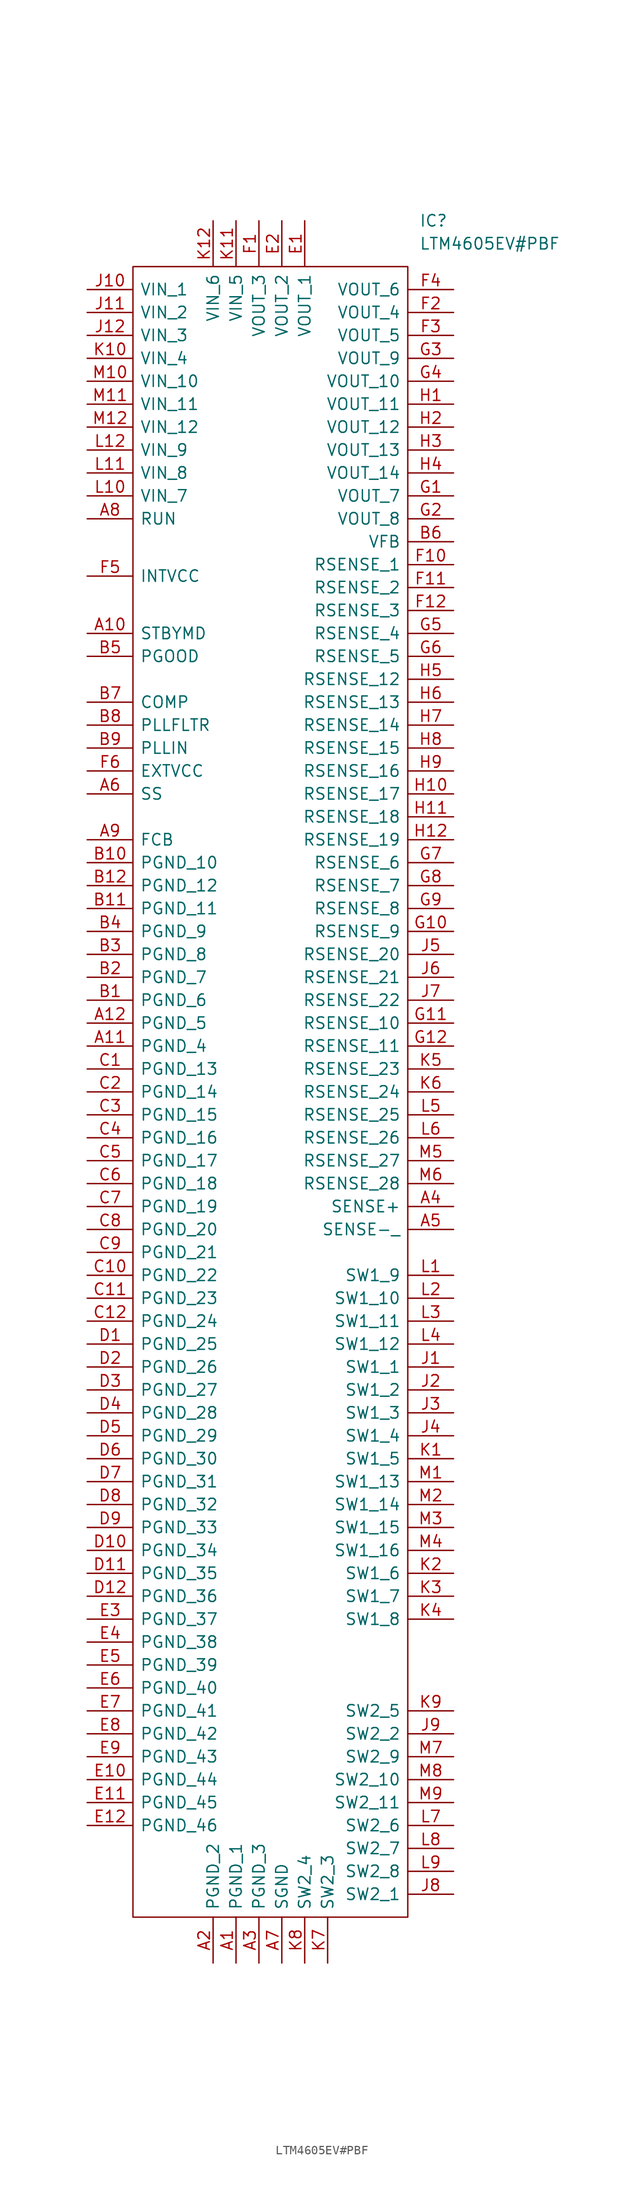
<source format=kicad_sym>
(kicad_symbol_lib
  (version 20211014)
  (generator kicad_symbol_editor)
  (symbol "LTM4605EV#PBF"
    (pin_names
      (offset 0.762))
    (property "Reference" "IC"
      (at 36.83 7.62 0)
      (effects (font (size 1.27 1.27)) (justify left)))
    (property "Value" "LTM4605EV#PBF"
      (at 36.83 5.08 0)
      (effects (font (size 1.27 1.27)) (justify left)))
    (symbol "LTM4605EV#PBF_0_0"
      (pin passive line (at 16.51 -185.42 90) (length 5.08) (name "PGND_1" (effects (font (size 1.27 1.27)))) (number "A1" (effects (font (size 1.27 1.27)))))
      (pin passive line (at 0 -38.1 0) (length 5.08) (name "STBYMD" (effects (font (size 1.27 1.27)))) (number "A10" (effects (font (size 1.27 1.27)))))
      (pin passive line (at 0 -83.82 0) (length 5.08) (name "PGND_4" (effects (font (size 1.27 1.27)))) (number "A11" (effects (font (size 1.27 1.27)))))
      (pin passive line (at 0 -81.28 0) (length 5.08) (name "PGND_5" (effects (font (size 1.27 1.27)))) (number "A12" (effects (font (size 1.27 1.27)))))
      (pin passive line (at 13.97 -185.42 90) (length 5.08) (name "PGND_2" (effects (font (size 1.27 1.27)))) (number "A2" (effects (font (size 1.27 1.27)))))
      (pin passive line (at 19.05 -185.42 90) (length 5.08) (name "PGND_3" (effects (font (size 1.27 1.27)))) (number "A3" (effects (font (size 1.27 1.27)))))
      (pin passive line (at 40.64 -101.6 180) (length 5.08) (name "SENSE+" (effects (font (size 1.27 1.27)))) (number "A4" (effects (font (size 1.27 1.27)))))
      (pin passive line (at 40.64 -104.14 180) (length 5.08) (name "SENSE-_" (effects (font (size 1.27 1.27)))) (number "A5" (effects (font (size 1.27 1.27)))))
      (pin passive line (at 0 -55.88 0) (length 5.08) (name "SS" (effects (font (size 1.27 1.27)))) (number "A6" (effects (font (size 1.27 1.27)))))
      (pin passive line (at 21.59 -185.42 90) (length 5.08) (name "SGND" (effects (font (size 1.27 1.27)))) (number "A7" (effects (font (size 1.27 1.27)))))
      (pin passive line (at 0 -25.4 0) (length 5.08) (name "RUN" (effects (font (size 1.27 1.27)))) (number "A8" (effects (font (size 1.27 1.27)))))
      (pin passive line (at 0 -60.96 0) (length 5.08) (name "FCB" (effects (font (size 1.27 1.27)))) (number "A9" (effects (font (size 1.27 1.27)))))
      (pin passive line (at 0 -78.74 0) (length 5.08) (name "PGND_6" (effects (font (size 1.27 1.27)))) (number "B1" (effects (font (size 1.27 1.27)))))
      (pin passive line (at 0 -63.5 0) (length 5.08) (name "PGND_10" (effects (font (size 1.27 1.27)))) (number "B10" (effects (font (size 1.27 1.27)))))
      (pin passive line (at 0 -68.58 0) (length 5.08) (name "PGND_11" (effects (font (size 1.27 1.27)))) (number "B11" (effects (font (size 1.27 1.27)))))
      (pin passive line (at 0 -66.04 0) (length 5.08) (name "PGND_12" (effects (font (size 1.27 1.27)))) (number "B12" (effects (font (size 1.27 1.27)))))
      (pin passive line (at 0 -76.2 0) (length 5.08) (name "PGND_7" (effects (font (size 1.27 1.27)))) (number "B2" (effects (font (size 1.27 1.27)))))
      (pin passive line (at 0 -73.66 0) (length 5.08) (name "PGND_8" (effects (font (size 1.27 1.27)))) (number "B3" (effects (font (size 1.27 1.27)))))
      (pin passive line (at 0 -71.12 0) (length 5.08) (name "PGND_9" (effects (font (size 1.27 1.27)))) (number "B4" (effects (font (size 1.27 1.27)))))
      (pin passive line (at 0 -40.64 0) (length 5.08) (name "PGOOD" (effects (font (size 1.27 1.27)))) (number "B5" (effects (font (size 1.27 1.27)))))
      (pin passive line (at 40.64 -27.94 180) (length 5.08) (name "VFB" (effects (font (size 1.27 1.27)))) (number "B6" (effects (font (size 1.27 1.27)))))
      (pin passive line (at 0 -45.72 0) (length 5.08) (name "COMP" (effects (font (size 1.27 1.27)))) (number "B7" (effects (font (size 1.27 1.27)))))
      (pin passive line (at 0 -48.26 0) (length 5.08) (name "PLLFLTR" (effects (font (size 1.27 1.27)))) (number "B8" (effects (font (size 1.27 1.27)))))
      (pin passive line (at 0 -50.8 0) (length 5.08) (name "PLLIN" (effects (font (size 1.27 1.27)))) (number "B9" (effects (font (size 1.27 1.27)))))
      (pin passive line (at 0 -86.36 0) (length 5.08) (name "PGND_13" (effects (font (size 1.27 1.27)))) (number "C1" (effects (font (size 1.27 1.27)))))
      (pin passive line (at 0 -109.22 0) (length 5.08) (name "PGND_22" (effects (font (size 1.27 1.27)))) (number "C10" (effects (font (size 1.27 1.27)))))
      (pin passive line (at 0 -111.76 0) (length 5.08) (name "PGND_23" (effects (font (size 1.27 1.27)))) (number "C11" (effects (font (size 1.27 1.27)))))
      (pin passive line (at 0 -114.3 0) (length 5.08) (name "PGND_24" (effects (font (size 1.27 1.27)))) (number "C12" (effects (font (size 1.27 1.27)))))
      (pin passive line (at 0 -88.9 0) (length 5.08) (name "PGND_14" (effects (font (size 1.27 1.27)))) (number "C2" (effects (font (size 1.27 1.27)))))
      (pin passive line (at 0 -91.44 0) (length 5.08) (name "PGND_15" (effects (font (size 1.27 1.27)))) (number "C3" (effects (font (size 1.27 1.27)))))
      (pin passive line (at 0 -93.98 0) (length 5.08) (name "PGND_16" (effects (font (size 1.27 1.27)))) (number "C4" (effects (font (size 1.27 1.27)))))
      (pin passive line (at 0 -96.52 0) (length 5.08) (name "PGND_17" (effects (font (size 1.27 1.27)))) (number "C5" (effects (font (size 1.27 1.27)))))
      (pin passive line (at 0 -99.06 0) (length 5.08) (name "PGND_18" (effects (font (size 1.27 1.27)))) (number "C6" (effects (font (size 1.27 1.27)))))
      (pin passive line (at 0 -101.6 0) (length 5.08) (name "PGND_19" (effects (font (size 1.27 1.27)))) (number "C7" (effects (font (size 1.27 1.27)))))
      (pin passive line (at 0 -104.14 0) (length 5.08) (name "PGND_20" (effects (font (size 1.27 1.27)))) (number "C8" (effects (font (size 1.27 1.27)))))
      (pin passive line (at 0 -106.68 0) (length 5.08) (name "PGND_21" (effects (font (size 1.27 1.27)))) (number "C9" (effects (font (size 1.27 1.27)))))
      (pin passive line (at 0 -116.84 0) (length 5.08) (name "PGND_25" (effects (font (size 1.27 1.27)))) (number "D1" (effects (font (size 1.27 1.27)))))
      (pin passive line (at 0 -139.7 0) (length 5.08) (name "PGND_34" (effects (font (size 1.27 1.27)))) (number "D10" (effects (font (size 1.27 1.27)))))
      (pin passive line (at 0 -142.24 0) (length 5.08) (name "PGND_35" (effects (font (size 1.27 1.27)))) (number "D11" (effects (font (size 1.27 1.27)))))
      (pin passive line (at 0 -144.78 0) (length 5.08) (name "PGND_36" (effects (font (size 1.27 1.27)))) (number "D12" (effects (font (size 1.27 1.27)))))
      (pin passive line (at 0 -119.38 0) (length 5.08) (name "PGND_26" (effects (font (size 1.27 1.27)))) (number "D2" (effects (font (size 1.27 1.27)))))
      (pin passive line (at 0 -121.92 0) (length 5.08) (name "PGND_27" (effects (font (size 1.27 1.27)))) (number "D3" (effects (font (size 1.27 1.27)))))
      (pin passive line (at 0 -124.46 0) (length 5.08) (name "PGND_28" (effects (font (size 1.27 1.27)))) (number "D4" (effects (font (size 1.27 1.27)))))
      (pin passive line (at 0 -127 0) (length 5.08) (name "PGND_29" (effects (font (size 1.27 1.27)))) (number "D5" (effects (font (size 1.27 1.27)))))
      (pin passive line (at 0 -129.54 0) (length 5.08) (name "PGND_30" (effects (font (size 1.27 1.27)))) (number "D6" (effects (font (size 1.27 1.27)))))
      (pin passive line (at 0 -132.08 0) (length 5.08) (name "PGND_31" (effects (font (size 1.27 1.27)))) (number "D7" (effects (font (size 1.27 1.27)))))
      (pin passive line (at 0 -134.62 0) (length 5.08) (name "PGND_32" (effects (font (size 1.27 1.27)))) (number "D8" (effects (font (size 1.27 1.27)))))
      (pin passive line (at 0 -137.16 0) (length 5.08) (name "PGND_33" (effects (font (size 1.27 1.27)))) (number "D9" (effects (font (size 1.27 1.27)))))
      (pin passive line (at 24.13 7.62 270) (length 5.08) (name "VOUT_1" (effects (font (size 1.27 1.27)))) (number "E1" (effects (font (size 1.27 1.27)))))
      (pin passive line (at 0 -165.1 0) (length 5.08) (name "PGND_44" (effects (font (size 1.27 1.27)))) (number "E10" (effects (font (size 1.27 1.27)))))
      (pin passive line (at 0 -167.64 0) (length 5.08) (name "PGND_45" (effects (font (size 1.27 1.27)))) (number "E11" (effects (font (size 1.27 1.27)))))
      (pin passive line (at 0 -170.18 0) (length 5.08) (name "PGND_46" (effects (font (size 1.27 1.27)))) (number "E12" (effects (font (size 1.27 1.27)))))
      (pin passive line (at 21.59 7.62 270) (length 5.08) (name "VOUT_2" (effects (font (size 1.27 1.27)))) (number "E2" (effects (font (size 1.27 1.27)))))
      (pin passive line (at 0 -147.32 0) (length 5.08) (name "PGND_37" (effects (font (size 1.27 1.27)))) (number "E3" (effects (font (size 1.27 1.27)))))
      (pin passive line (at 0 -149.86 0) (length 5.08) (name "PGND_38" (effects (font (size 1.27 1.27)))) (number "E4" (effects (font (size 1.27 1.27)))))
      (pin passive line (at 0 -152.4 0) (length 5.08) (name "PGND_39" (effects (font (size 1.27 1.27)))) (number "E5" (effects (font (size 1.27 1.27)))))
      (pin passive line (at 0 -154.94 0) (length 5.08) (name "PGND_40" (effects (font (size 1.27 1.27)))) (number "E6" (effects (font (size 1.27 1.27)))))
      (pin passive line (at 0 -157.48 0) (length 5.08) (name "PGND_41" (effects (font (size 1.27 1.27)))) (number "E7" (effects (font (size 1.27 1.27)))))
      (pin passive line (at 0 -160.02 0) (length 5.08) (name "PGND_42" (effects (font (size 1.27 1.27)))) (number "E8" (effects (font (size 1.27 1.27)))))
      (pin passive line (at 0 -162.56 0) (length 5.08) (name "PGND_43" (effects (font (size 1.27 1.27)))) (number "E9" (effects (font (size 1.27 1.27)))))
      (pin passive line (at 19.05 7.62 270) (length 5.08) (name "VOUT_3" (effects (font (size 1.27 1.27)))) (number "F1" (effects (font (size 1.27 1.27)))))
      (pin passive line (at 40.64 -30.48 180) (length 5.08) (name "RSENSE_1" (effects (font (size 1.27 1.27)))) (number "F10" (effects (font (size 1.27 1.27)))))
      (pin passive line (at 40.64 -33.02 180) (length 5.08) (name "RSENSE_2" (effects (font (size 1.27 1.27)))) (number "F11" (effects (font (size 1.27 1.27)))))
      (pin passive line (at 40.64 -35.56 180) (length 5.08) (name "RSENSE_3" (effects (font (size 1.27 1.27)))) (number "F12" (effects (font (size 1.27 1.27)))))
      (pin passive line (at 40.64 -2.54 180) (length 5.08) (name "VOUT_4" (effects (font (size 1.27 1.27)))) (number "F2" (effects (font (size 1.27 1.27)))))
      (pin passive line (at 40.64 -5.08 180) (length 5.08) (name "VOUT_5" (effects (font (size 1.27 1.27)))) (number "F3" (effects (font (size 1.27 1.27)))))
      (pin passive line (at 40.64 0 180) (length 5.08) (name "VOUT_6" (effects (font (size 1.27 1.27)))) (number "F4" (effects (font (size 1.27 1.27)))))
      (pin passive line (at 0 -31.75 0) (length 5.08) (name "INTVCC" (effects (font (size 1.27 1.27)))) (number "F5" (effects (font (size 1.27 1.27)))))
      (pin passive line (at 0 -53.34 0) (length 5.08) (name "EXTVCC" (effects (font (size 1.27 1.27)))) (number "F6" (effects (font (size 1.27 1.27)))))
      (pin passive line (at 40.64 -22.86 180) (length 5.08) (name "VOUT_7" (effects (font (size 1.27 1.27)))) (number "G1" (effects (font (size 1.27 1.27)))))
      (pin passive line (at 40.64 -71.12 180) (length 5.08) (name "RSENSE_9" (effects (font (size 1.27 1.27)))) (number "G10" (effects (font (size 1.27 1.27)))))
      (pin passive line (at 40.64 -81.28 180) (length 5.08) (name "RSENSE_10" (effects (font (size 1.27 1.27)))) (number "G11" (effects (font (size 1.27 1.27)))))
      (pin passive line (at 40.64 -83.82 180) (length 5.08) (name "RSENSE_11" (effects (font (size 1.27 1.27)))) (number "G12" (effects (font (size 1.27 1.27)))))
      (pin passive line (at 40.64 -25.4 180) (length 5.08) (name "VOUT_8" (effects (font (size 1.27 1.27)))) (number "G2" (effects (font (size 1.27 1.27)))))
      (pin passive line (at 40.64 -7.62 180) (length 5.08) (name "VOUT_9" (effects (font (size 1.27 1.27)))) (number "G3" (effects (font (size 1.27 1.27)))))
      (pin passive line (at 40.64 -10.16 180) (length 5.08) (name "VOUT_10" (effects (font (size 1.27 1.27)))) (number "G4" (effects (font (size 1.27 1.27)))))
      (pin passive line (at 40.64 -38.1 180) (length 5.08) (name "RSENSE_4" (effects (font (size 1.27 1.27)))) (number "G5" (effects (font (size 1.27 1.27)))))
      (pin passive line (at 40.64 -40.64 180) (length 5.08) (name "RSENSE_5" (effects (font (size 1.27 1.27)))) (number "G6" (effects (font (size 1.27 1.27)))))
      (pin passive line (at 40.64 -63.5 180) (length 5.08) (name "RSENSE_6" (effects (font (size 1.27 1.27)))) (number "G7" (effects (font (size 1.27 1.27)))))
      (pin passive line (at 40.64 -66.04 180) (length 5.08) (name "RSENSE_7" (effects (font (size 1.27 1.27)))) (number "G8" (effects (font (size 1.27 1.27)))))
      (pin passive line (at 40.64 -68.58 180) (length 5.08) (name "RSENSE_8" (effects (font (size 1.27 1.27)))) (number "G9" (effects (font (size 1.27 1.27)))))
      (pin passive line (at 40.64 -12.7 180) (length 5.08) (name "VOUT_11" (effects (font (size 1.27 1.27)))) (number "H1" (effects (font (size 1.27 1.27)))))
      (pin passive line (at 40.64 -55.88 180) (length 5.08) (name "RSENSE_17" (effects (font (size 1.27 1.27)))) (number "H10" (effects (font (size 1.27 1.27)))))
      (pin passive line (at 40.64 -58.42 180) (length 5.08) (name "RSENSE_18" (effects (font (size 1.27 1.27)))) (number "H11" (effects (font (size 1.27 1.27)))))
      (pin passive line (at 40.64 -60.96 180) (length 5.08) (name "RSENSE_19" (effects (font (size 1.27 1.27)))) (number "H12" (effects (font (size 1.27 1.27)))))
      (pin passive line (at 40.64 -15.24 180) (length 5.08) (name "VOUT_12" (effects (font (size 1.27 1.27)))) (number "H2" (effects (font (size 1.27 1.27)))))
      (pin passive line (at 40.64 -17.78 180) (length 5.08) (name "VOUT_13" (effects (font (size 1.27 1.27)))) (number "H3" (effects (font (size 1.27 1.27)))))
      (pin passive line (at 40.64 -20.32 180) (length 5.08) (name "VOUT_14" (effects (font (size 1.27 1.27)))) (number "H4" (effects (font (size 1.27 1.27)))))
      (pin passive line (at 40.64 -43.18 180) (length 5.08) (name "RSENSE_12" (effects (font (size 1.27 1.27)))) (number "H5" (effects (font (size 1.27 1.27)))))
      (pin passive line (at 40.64 -45.72 180) (length 5.08) (name "RSENSE_13" (effects (font (size 1.27 1.27)))) (number "H6" (effects (font (size 1.27 1.27)))))
      (pin passive line (at 40.64 -48.26 180) (length 5.08) (name "RSENSE_14" (effects (font (size 1.27 1.27)))) (number "H7" (effects (font (size 1.27 1.27)))))
      (pin passive line (at 40.64 -50.8 180) (length 5.08) (name "RSENSE_15" (effects (font (size 1.27 1.27)))) (number "H8" (effects (font (size 1.27 1.27)))))
      (pin passive line (at 40.64 -53.34 180) (length 5.08) (name "RSENSE_16" (effects (font (size 1.27 1.27)))) (number "H9" (effects (font (size 1.27 1.27)))))
      (pin passive line (at 40.64 -119.38 180) (length 5.08) (name "SW1_1" (effects (font (size 1.27 1.27)))) (number "J1" (effects (font (size 1.27 1.27)))))
      (pin passive line (at 0 0 0) (length 5.08) (name "VIN_1" (effects (font (size 1.27 1.27)))) (number "J10" (effects (font (size 1.27 1.27)))))
      (pin passive line (at 0 -2.54 0) (length 5.08) (name "VIN_2" (effects (font (size 1.27 1.27)))) (number "J11" (effects (font (size 1.27 1.27)))))
      (pin passive line (at 0 -5.08 0) (length 5.08) (name "VIN_3" (effects (font (size 1.27 1.27)))) (number "J12" (effects (font (size 1.27 1.27)))))
      (pin passive line (at 40.64 -121.92 180) (length 5.08) (name "SW1_2" (effects (font (size 1.27 1.27)))) (number "J2" (effects (font (size 1.27 1.27)))))
      (pin passive line (at 40.64 -124.46 180) (length 5.08) (name "SW1_3" (effects (font (size 1.27 1.27)))) (number "J3" (effects (font (size 1.27 1.27)))))
      (pin passive line (at 40.64 -127 180) (length 5.08) (name "SW1_4" (effects (font (size 1.27 1.27)))) (number "J4" (effects (font (size 1.27 1.27)))))
      (pin passive line (at 40.64 -73.66 180) (length 5.08) (name "RSENSE_20" (effects (font (size 1.27 1.27)))) (number "J5" (effects (font (size 1.27 1.27)))))
      (pin passive line (at 40.64 -76.2 180) (length 5.08) (name "RSENSE_21" (effects (font (size 1.27 1.27)))) (number "J6" (effects (font (size 1.27 1.27)))))
      (pin passive line (at 40.64 -78.74 180) (length 5.08) (name "RSENSE_22" (effects (font (size 1.27 1.27)))) (number "J7" (effects (font (size 1.27 1.27)))))
      (pin passive line (at 40.64 -177.8 180) (length 5.08) (name "SW2_1" (effects (font (size 1.27 1.27)))) (number "J8" (effects (font (size 1.27 1.27)))))
      (pin passive line (at 40.64 -160.02 180) (length 5.08) (name "SW2_2" (effects (font (size 1.27 1.27)))) (number "J9" (effects (font (size 1.27 1.27)))))
      (pin passive line (at 40.64 -129.54 180) (length 5.08) (name "SW1_5" (effects (font (size 1.27 1.27)))) (number "K1" (effects (font (size 1.27 1.27)))))
      (pin passive line (at 0 -7.62 0) (length 5.08) (name "VIN_4" (effects (font (size 1.27 1.27)))) (number "K10" (effects (font (size 1.27 1.27)))))
      (pin passive line (at 16.51 7.62 270) (length 5.08) (name "VIN_5" (effects (font (size 1.27 1.27)))) (number "K11" (effects (font (size 1.27 1.27)))))
      (pin passive line (at 13.97 7.62 270) (length 5.08) (name "VIN_6" (effects (font (size 1.27 1.27)))) (number "K12" (effects (font (size 1.27 1.27)))))
      (pin passive line (at 40.64 -142.24 180) (length 5.08) (name "SW1_6" (effects (font (size 1.27 1.27)))) (number "K2" (effects (font (size 1.27 1.27)))))
      (pin passive line (at 40.64 -144.78 180) (length 5.08) (name "SW1_7" (effects (font (size 1.27 1.27)))) (number "K3" (effects (font (size 1.27 1.27)))))
      (pin passive line (at 40.64 -147.32 180) (length 5.08) (name "SW1_8" (effects (font (size 1.27 1.27)))) (number "K4" (effects (font (size 1.27 1.27)))))
      (pin passive line (at 40.64 -86.36 180) (length 5.08) (name "RSENSE_23" (effects (font (size 1.27 1.27)))) (number "K5" (effects (font (size 1.27 1.27)))))
      (pin passive line (at 40.64 -88.9 180) (length 5.08) (name "RSENSE_24" (effects (font (size 1.27 1.27)))) (number "K6" (effects (font (size 1.27 1.27)))))
      (pin passive line (at 26.67 -185.42 90) (length 5.08) (name "SW2_3" (effects (font (size 1.27 1.27)))) (number "K7" (effects (font (size 1.27 1.27)))))
      (pin passive line (at 24.13 -185.42 90) (length 5.08) (name "SW2_4" (effects (font (size 1.27 1.27)))) (number "K8" (effects (font (size 1.27 1.27)))))
      (pin passive line (at 40.64 -157.48 180) (length 5.08) (name "SW2_5" (effects (font (size 1.27 1.27)))) (number "K9" (effects (font (size 1.27 1.27)))))
      (pin passive line (at 40.64 -109.22 180) (length 5.08) (name "SW1_9" (effects (font (size 1.27 1.27)))) (number "L1" (effects (font (size 1.27 1.27)))))
      (pin passive line (at 0 -22.86 0) (length 5.08) (name "VIN_7" (effects (font (size 1.27 1.27)))) (number "L10" (effects (font (size 1.27 1.27)))))
      (pin passive line (at 0 -20.32 0) (length 5.08) (name "VIN_8" (effects (font (size 1.27 1.27)))) (number "L11" (effects (font (size 1.27 1.27)))))
      (pin passive line (at 0 -17.78 0) (length 5.08) (name "VIN_9" (effects (font (size 1.27 1.27)))) (number "L12" (effects (font (size 1.27 1.27)))))
      (pin passive line (at 40.64 -111.76 180) (length 5.08) (name "SW1_10" (effects (font (size 1.27 1.27)))) (number "L2" (effects (font (size 1.27 1.27)))))
      (pin passive line (at 40.64 -114.3 180) (length 5.08) (name "SW1_11" (effects (font (size 1.27 1.27)))) (number "L3" (effects (font (size 1.27 1.27)))))
      (pin passive line (at 40.64 -116.84 180) (length 5.08) (name "SW1_12" (effects (font (size 1.27 1.27)))) (number "L4" (effects (font (size 1.27 1.27)))))
      (pin passive line (at 40.64 -91.44 180) (length 5.08) (name "RSENSE_25" (effects (font (size 1.27 1.27)))) (number "L5" (effects (font (size 1.27 1.27)))))
      (pin passive line (at 40.64 -93.98 180) (length 5.08) (name "RSENSE_26" (effects (font (size 1.27 1.27)))) (number "L6" (effects (font (size 1.27 1.27)))))
      (pin passive line (at 40.64 -170.18 180) (length 5.08) (name "SW2_6" (effects (font (size 1.27 1.27)))) (number "L7" (effects (font (size 1.27 1.27)))))
      (pin passive line (at 40.64 -172.72 180) (length 5.08) (name "SW2_7" (effects (font (size 1.27 1.27)))) (number "L8" (effects (font (size 1.27 1.27)))))
      (pin passive line (at 40.64 -175.26 180) (length 5.08) (name "SW2_8" (effects (font (size 1.27 1.27)))) (number "L9" (effects (font (size 1.27 1.27)))))
      (pin passive line (at 40.64 -132.08 180) (length 5.08) (name "SW1_13" (effects (font (size 1.27 1.27)))) (number "M1" (effects (font (size 1.27 1.27)))))
      (pin passive line (at 0 -10.16 0) (length 5.08) (name "VIN_10" (effects (font (size 1.27 1.27)))) (number "M10" (effects (font (size 1.27 1.27)))))
      (pin passive line (at 0 -12.7 0) (length 5.08) (name "VIN_11" (effects (font (size 1.27 1.27)))) (number "M11" (effects (font (size 1.27 1.27)))))
      (pin passive line (at 0 -15.24 0) (length 5.08) (name "VIN_12" (effects (font (size 1.27 1.27)))) (number "M12" (effects (font (size 1.27 1.27)))))
      (pin passive line (at 40.64 -134.62 180) (length 5.08) (name "SW1_14" (effects (font (size 1.27 1.27)))) (number "M2" (effects (font (size 1.27 1.27)))))
      (pin passive line (at 40.64 -137.16 180) (length 5.08) (name "SW1_15" (effects (font (size 1.27 1.27)))) (number "M3" (effects (font (size 1.27 1.27)))))
      (pin passive line (at 40.64 -139.7 180) (length 5.08) (name "SW1_16" (effects (font (size 1.27 1.27)))) (number "M4" (effects (font (size 1.27 1.27)))))
      (pin passive line (at 40.64 -96.52 180) (length 5.08) (name "RSENSE_27" (effects (font (size 1.27 1.27)))) (number "M5" (effects (font (size 1.27 1.27)))))
      (pin passive line (at 40.64 -99.06 180) (length 5.08) (name "RSENSE_28" (effects (font (size 1.27 1.27)))) (number "M6" (effects (font (size 1.27 1.27)))))
      (pin passive line (at 40.64 -162.56 180) (length 5.08) (name "SW2_9" (effects (font (size 1.27 1.27)))) (number "M7" (effects (font (size 1.27 1.27)))))
      (pin passive line (at 40.64 -165.1 180) (length 5.08) (name "SW2_10" (effects (font (size 1.27 1.27)))) (number "M8" (effects (font (size 1.27 1.27)))))
      (pin passive line (at 40.64 -167.64 180) (length 5.08) (name "SW2_11" (effects (font (size 1.27 1.27)))) (number "M9" (effects (font (size 1.27 1.27))))))
    (symbol "LTM4605EV#PBF_0_1"
      (polyline (pts (xy 5.08 2.54) (xy 35.56 2.54) (xy 35.56 -180.34) (xy 5.08 -180.34) (xy 5.08 2.54)) (stroke (width 0.152) (type default) (color 0 0 0 0)) (fill (type none))))))
</source>
